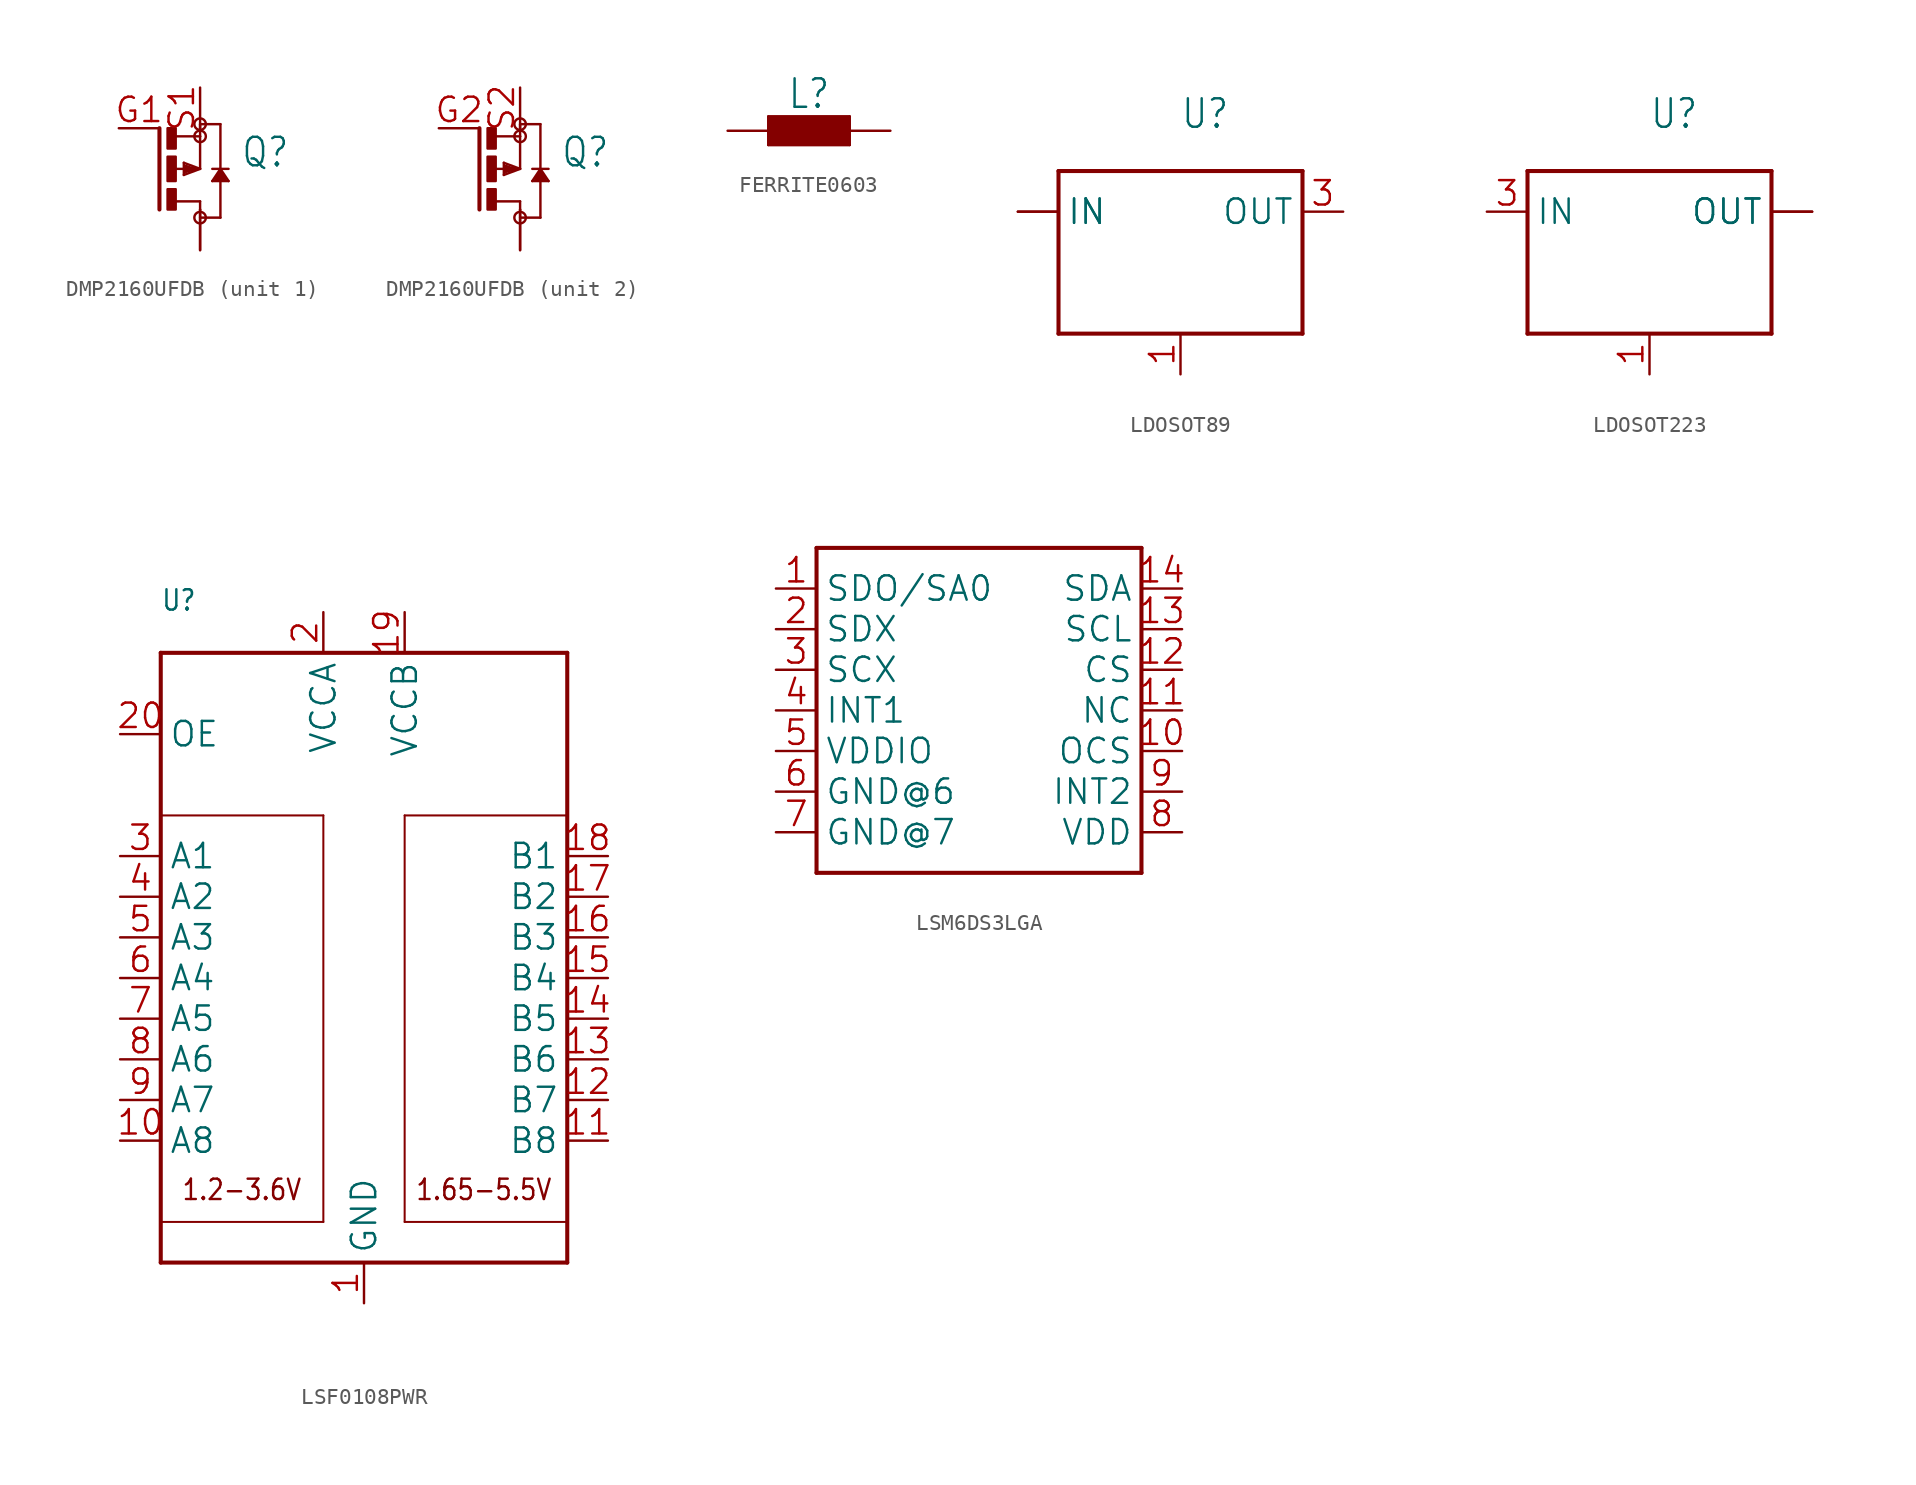
<source format=kicad_sym>
(kicad_symbol_lib
  (version 20241209)
  (generator "kicad_symbol_editor")
  (generator_version "9.0")
  (symbol "DMP2160UFDB"
    (property "Reference" "Q"
      (at 2.54 0 0)
      (effects (font (size 1.778 1.511)) (justify left bottom)))
    (property "Value" ""
      (at 2.54 -2.54 0)
      (effects (font (size 1.778 1.511)) (justify left bottom)))
    (property "ki_locked" ""
      (at 0 0 0)
      (effects (font (size 1.27 1.27))))
    (symbol "DMP2160UFDB_1_0"
      (polyline (pts (xy -2.54 2.54) (xy -2.54 -2.54)) (stroke (width 0.254) (type solid)) (fill (type none)))
      (rectangle (start -2.032 1.27) (end -1.524 2.54) (stroke (width 0) (type default)) (fill (type outline)))
      (rectangle (start -2.032 -0.762) (end -1.524 0.762) (stroke (width 0) (type default)) (fill (type outline)))
      (rectangle (start -2.032 -2.54) (end -1.524 -1.27) (stroke (width 0) (type default)) (fill (type outline)))
      (polyline (pts (xy -1.524 2.032) (xy 0 2.032)) (stroke (width 0.152) (type solid)) (fill (type none)))
      (polyline (pts (xy -1.524 0) (xy -0.508 0)) (stroke (width 0.152) (type solid)) (fill (type none)))
      (polyline (pts (xy -1.524 -2.032) (xy 0 -2.032)) (stroke (width 0.152) (type solid)) (fill (type none)))
      (polyline (pts (xy -1.016 0.381) (xy -1.016 -0.381)) (stroke (width 0.152) (type solid)) (fill (type none)))
      (polyline (pts (xy -1.016 -0.381) (xy 0 0)) (stroke (width 0.152) (type solid)) (fill (type none)))
      (polyline (pts (xy -0.889 0.127) (xy -0.508 0)) (stroke (width 0.254) (type solid)) (fill (type none)))
      (polyline (pts (xy -0.889 -0.127) (xy -0.889 0.127)) (stroke (width 0.254) (type solid)) (fill (type none)))
      (polyline (pts (xy -0.508 0) (xy -0.381 0)) (stroke (width 0.152) (type solid)) (fill (type none)))
      (polyline (pts (xy -0.381 0) (xy -0.889 -0.127)) (stroke (width 0.254) (type solid)) (fill (type none)))
      (polyline (pts (xy -0.381 0) (xy 0 0)) (stroke (width 0.152) (type solid)) (fill (type none)))
      (circle (center 0 2.794) (radius 0.359) (stroke (width 0) (type solid)) (fill (type none)))
      (circle (center 0 2.032) (radius 0.359) (stroke (width 0) (type solid)) (fill (type none)))
      (polyline (pts (xy 0 2.032) (xy 0 2.794)) (stroke (width 0.152) (type solid)) (fill (type none)))
      (polyline (pts (xy 0 0) (xy -1.016 0.381)) (stroke (width 0.152) (type solid)) (fill (type none)))
      (polyline (pts (xy 0 0) (xy 0 2.032)) (stroke (width 0.152) (type solid)) (fill (type none)))
      (polyline (pts (xy 0 -2.032) (xy 0 -2.54)) (stroke (width 0.152) (type solid)) (fill (type none)))
      (polyline (pts (xy 0 -3.048) (xy 1.27 -3.048)) (stroke (width 0.152) (type solid)) (fill (type none)))
      (circle (center 0 -3.048) (radius 0.359) (stroke (width 0) (type solid)) (fill (type none)))
      (polyline (pts (xy 0.762 0) (xy 1.778 0)) (stroke (width 0.152) (type solid)) (fill (type none)))
      (polyline (pts (xy 0.762 -0.762) (xy 1.778 -0.762)) (stroke (width 0.152) (type solid)) (fill (type none)))
      (polyline (pts (xy 1.016 -0.635) (xy 1.524 -0.635)) (stroke (width 0.254) (type solid)) (fill (type none)))
      (polyline (pts (xy 1.27 2.794) (xy 0 2.794)) (stroke (width 0.152) (type solid)) (fill (type none)))
      (polyline (pts (xy 1.27 0) (xy 0.762 -0.762)) (stroke (width 0.152) (type solid)) (fill (type none)))
      (polyline (pts (xy 1.27 0) (xy 1.27 2.794)) (stroke (width 0.152) (type solid)) (fill (type none)))
      (polyline (pts (xy 1.27 -0.254) (xy 1.016 -0.635)) (stroke (width 0.254) (type solid)) (fill (type none)))
      (polyline (pts (xy 1.27 -0.254) (xy 1.27 0)) (stroke (width 0.152) (type solid)) (fill (type none)))
      (polyline (pts (xy 1.27 -3.048) (xy 1.27 -0.254)) (stroke (width 0.152) (type solid)) (fill (type none)))
      (polyline (pts (xy 1.524 -0.635) (xy 1.27 -0.254)) (stroke (width 0.254) (type solid)) (fill (type none)))
      (polyline (pts (xy 1.778 -0.762) (xy 1.27 0)) (stroke (width 0.152) (type solid)) (fill (type none)))
      (pin passive line (at -5.08 2.54 0) (length 2.54) (name "G" (effects (font (size 0 0)))) (number "G1" (effects (font (size 1.524 1.524)))))
      (pin passive line (at 0 5.08 270) (length 2.54) (name "S" (effects (font (size 0 0)))) (number "S1" (effects (font (size 1.524 1.524)))))
      (pin passive line (at 0 -5.08 90) (length 2.54) (name "D" (effects (font (size 0 0)))) (number "D1" (effects (font (size 0 0)))))
      (pin passive line (at 0 -5.08 90) (length 2.54) (name "D" (effects (font (size 0 0)))) (number "D1'" (effects (font (size 0 0))))))
    (symbol "DMP2160UFDB_2_0"
      (polyline (pts (xy -2.54 2.54) (xy -2.54 -2.54)) (stroke (width 0.254) (type solid)) (fill (type none)))
      (rectangle (start -2.032 1.27) (end -1.524 2.54) (stroke (width 0) (type default)) (fill (type outline)))
      (rectangle (start -2.032 -0.762) (end -1.524 0.762) (stroke (width 0) (type default)) (fill (type outline)))
      (rectangle (start -2.032 -2.54) (end -1.524 -1.27) (stroke (width 0) (type default)) (fill (type outline)))
      (polyline (pts (xy -1.524 2.032) (xy 0 2.032)) (stroke (width 0.152) (type solid)) (fill (type none)))
      (polyline (pts (xy -1.524 0) (xy -0.508 0)) (stroke (width 0.152) (type solid)) (fill (type none)))
      (polyline (pts (xy -1.524 -2.032) (xy 0 -2.032)) (stroke (width 0.152) (type solid)) (fill (type none)))
      (polyline (pts (xy -1.016 0.381) (xy -1.016 -0.381)) (stroke (width 0.152) (type solid)) (fill (type none)))
      (polyline (pts (xy -1.016 -0.381) (xy 0 0)) (stroke (width 0.152) (type solid)) (fill (type none)))
      (polyline (pts (xy -0.889 0.127) (xy -0.508 0)) (stroke (width 0.254) (type solid)) (fill (type none)))
      (polyline (pts (xy -0.889 -0.127) (xy -0.889 0.127)) (stroke (width 0.254) (type solid)) (fill (type none)))
      (polyline (pts (xy -0.508 0) (xy -0.381 0)) (stroke (width 0.152) (type solid)) (fill (type none)))
      (polyline (pts (xy -0.381 0) (xy -0.889 -0.127)) (stroke (width 0.254) (type solid)) (fill (type none)))
      (polyline (pts (xy -0.381 0) (xy 0 0)) (stroke (width 0.152) (type solid)) (fill (type none)))
      (circle (center 0 2.794) (radius 0.359) (stroke (width 0) (type solid)) (fill (type none)))
      (circle (center 0 2.032) (radius 0.359) (stroke (width 0) (type solid)) (fill (type none)))
      (polyline (pts (xy 0 2.032) (xy 0 2.794)) (stroke (width 0.152) (type solid)) (fill (type none)))
      (polyline (pts (xy 0 0) (xy -1.016 0.381)) (stroke (width 0.152) (type solid)) (fill (type none)))
      (polyline (pts (xy 0 0) (xy 0 2.032)) (stroke (width 0.152) (type solid)) (fill (type none)))
      (polyline (pts (xy 0 -2.032) (xy 0 -2.54)) (stroke (width 0.152) (type solid)) (fill (type none)))
      (polyline (pts (xy 0 -3.048) (xy 1.27 -3.048)) (stroke (width 0.152) (type solid)) (fill (type none)))
      (circle (center 0 -3.048) (radius 0.359) (stroke (width 0) (type solid)) (fill (type none)))
      (polyline (pts (xy 0.762 0) (xy 1.778 0)) (stroke (width 0.152) (type solid)) (fill (type none)))
      (polyline (pts (xy 0.762 -0.762) (xy 1.778 -0.762)) (stroke (width 0.152) (type solid)) (fill (type none)))
      (polyline (pts (xy 1.016 -0.635) (xy 1.524 -0.635)) (stroke (width 0.254) (type solid)) (fill (type none)))
      (polyline (pts (xy 1.27 2.794) (xy 0 2.794)) (stroke (width 0.152) (type solid)) (fill (type none)))
      (polyline (pts (xy 1.27 0) (xy 0.762 -0.762)) (stroke (width 0.152) (type solid)) (fill (type none)))
      (polyline (pts (xy 1.27 0) (xy 1.27 2.794)) (stroke (width 0.152) (type solid)) (fill (type none)))
      (polyline (pts (xy 1.27 -0.254) (xy 1.016 -0.635)) (stroke (width 0.254) (type solid)) (fill (type none)))
      (polyline (pts (xy 1.27 -0.254) (xy 1.27 0)) (stroke (width 0.152) (type solid)) (fill (type none)))
      (polyline (pts (xy 1.27 -3.048) (xy 1.27 -0.254)) (stroke (width 0.152) (type solid)) (fill (type none)))
      (polyline (pts (xy 1.524 -0.635) (xy 1.27 -0.254)) (stroke (width 0.254) (type solid)) (fill (type none)))
      (polyline (pts (xy 1.778 -0.762) (xy 1.27 0)) (stroke (width 0.152) (type solid)) (fill (type none)))
      (pin passive line (at -5.08 2.54 0) (length 2.54) (name "G" (effects (font (size 0 0)))) (number "G2" (effects (font (size 1.524 1.524)))))
      (pin passive line (at 0 5.08 270) (length 2.54) (name "S" (effects (font (size 0 0)))) (number "S2" (effects (font (size 1.524 1.524)))))
      (pin passive line (at 0 -5.08 90) (length 2.54) (name "D" (effects (font (size 0 0)))) (number "D2" (effects (font (size 0 0)))))
      (pin passive line (at 0 -5.08 90) (length 2.54) (name "D" (effects (font (size 0 0)))) (number "D2'" (effects (font (size 0 0)))))))
  (symbol "FERRITE0603"
    (property "Reference" "L"
      (at 0 1.27 0)
      (effects (font (size 1.778 1.511)) (justify bottom)))
    (property "Value" ""
      (at 0 -1.27 0)
      (effects (font (size 1.778 1.511)) (justify top)))
    (property "ki_locked" ""
      (at 0 0 0)
      (effects (font (size 1.27 1.27))))
    (symbol "FERRITE0603_1_0"
      (polyline (pts (xy -2.54 0.889) (xy 2.54 0.889)) (stroke (width 0.152) (type solid)) (fill (type none)))
      (rectangle (start -2.54 -0.889) (end 2.54 0.889) (stroke (width 0) (type default)) (fill (type outline)))
      (polyline (pts (xy -2.54 -0.889) (xy -2.54 0.889)) (stroke (width 0.152) (type solid)) (fill (type none)))
      (polyline (pts (xy 2.54 0.889) (xy 2.54 -0.889)) (stroke (width 0.152) (type solid)) (fill (type none)))
      (polyline (pts (xy 2.54 -0.889) (xy -2.54 -0.889)) (stroke (width 0.152) (type solid)) (fill (type none)))
      (pin passive line (at -5.08 0 0) (length 2.54) (name "1" (effects (font (size 0 0)))) (number "1" (effects (font (size 0 0)))))
      (pin passive line (at 5.08 0 180) (length 2.54) (name "2" (effects (font (size 0 0)))) (number "2" (effects (font (size 0 0)))))))
  (symbol "LDOSOT89"
    (property "Reference" "U"
      (at 0 7.62 0)
      (effects (font (size 1.778 1.511)) (justify left bottom)))
    (property "Value" ""
      (at 1.27 -7.62 0)
      (effects (font (size 1.778 1.511)) (justify left bottom)))
    (property "ki_locked" ""
      (at 0 0 0)
      (effects (font (size 1.27 1.27))))
    (symbol "LDOSOT89_1_0"
      (polyline (pts (xy -7.62 5.08) (xy 7.62 5.08)) (stroke (width 0.254) (type solid)) (fill (type none)))
      (polyline (pts (xy -7.62 -5.08) (xy -7.62 5.08)) (stroke (width 0.254) (type solid)) (fill (type none)))
      (polyline (pts (xy 7.62 5.08) (xy 7.62 -5.08)) (stroke (width 0.254) (type solid)) (fill (type none)))
      (polyline (pts (xy 7.62 -5.08) (xy -7.62 -5.08)) (stroke (width 0.254) (type solid)) (fill (type none)))
      (pin input line (at -10.16 2.54 0) (length 2.54) (name "IN" (effects (font (size 1.524 1.524)))) (number "2" (effects (font (size 0 0)))))
      (pin input line (at -10.16 2.54 0) (length 2.54) (name "IN" (effects (font (size 1.524 1.524)))) (number "TH" (effects (font (size 0 0)))))
      (pin input line (at 0 -7.62 90) (length 2.54) (name "GND/ADJ" (effects (font (size 0 0)))) (number "1" (effects (font (size 1.524 1.524)))))
      (pin passive line (at 10.16 2.54 180) (length 2.54) (name "OUT" (effects (font (size 1.524 1.524)))) (number "3" (effects (font (size 1.524 1.524)))))))
  (symbol "LDOSOT223"
    (property "Reference" "U"
      (at 0 7.62 0)
      (effects (font (size 1.778 1.511)) (justify left bottom)))
    (property "Value" ""
      (at 1.27 -7.62 0)
      (effects (font (size 1.778 1.511)) (justify left bottom)))
    (property "ki_locked" ""
      (at 0 0 0)
      (effects (font (size 1.27 1.27))))
    (symbol "LDOSOT223_1_0"
      (polyline (pts (xy -7.62 5.08) (xy 7.62 5.08)) (stroke (width 0.254) (type solid)) (fill (type none)))
      (polyline (pts (xy -7.62 -5.08) (xy -7.62 5.08)) (stroke (width 0.254) (type solid)) (fill (type none)))
      (polyline (pts (xy 7.62 5.08) (xy 7.62 -5.08)) (stroke (width 0.254) (type solid)) (fill (type none)))
      (polyline (pts (xy 7.62 -5.08) (xy -7.62 -5.08)) (stroke (width 0.254) (type solid)) (fill (type none)))
      (pin input line (at -10.16 2.54 0) (length 2.54) (name "IN" (effects (font (size 1.524 1.524)))) (number "3" (effects (font (size 1.524 1.524)))))
      (pin input line (at 0 -7.62 90) (length 2.54) (name "GND/ADJ" (effects (font (size 0 0)))) (number "1" (effects (font (size 1.524 1.524)))))
      (pin passive line (at 10.16 2.54 180) (length 2.54) (name "OUT" (effects (font (size 1.524 1.524)))) (number "2" (effects (font (size 0 0)))))
      (pin passive line (at 10.16 2.54 180) (length 2.54) (name "OUT" (effects (font (size 1.524 1.524)))) (number "4" (effects (font (size 0 0)))))))
  (symbol "LSF0108PWR"
    (property "Reference" "U"
      (at -12.7 20.32 0)
      (effects (font (size 1.27 1.079)) (justify left bottom)))
    (property "Value" ""
      (at -12.7 -22.86 0)
      (effects (font (size 1.27 1.079)) (justify left bottom)))
    (property "ki_locked" ""
      (at 0 0 0)
      (effects (font (size 1.27 1.27))))
    (symbol "LSF0108PWR_1_0"
      (polyline (pts (xy -12.7 17.78) (xy 12.7 17.78)) (stroke (width 0.254) (type solid)) (fill (type none)))
      (polyline (pts (xy -12.7 7.62) (xy -2.54 7.62)) (stroke (width 0.127) (type solid)) (fill (type none)))
      (polyline (pts (xy -12.7 -17.78) (xy -2.54 -17.78)) (stroke (width 0.127) (type solid)) (fill (type none)))
      (polyline (pts (xy -12.7 -20.32) (xy -12.7 17.78)) (stroke (width 0.254) (type solid)) (fill (type none)))
      (polyline (pts (xy -2.54 -17.78) (xy -2.54 7.62)) (stroke (width 0.127) (type solid)) (fill (type none)))
      (polyline (pts (xy 2.54 7.62) (xy 2.54 -17.78)) (stroke (width 0.127) (type solid)) (fill (type none)))
      (polyline (pts (xy 2.54 -17.78) (xy 12.7 -17.78)) (stroke (width 0.127) (type solid)) (fill (type none)))
      (polyline (pts (xy 12.7 17.78) (xy 12.7 -20.32)) (stroke (width 0.254) (type solid)) (fill (type none)))
      (polyline (pts (xy 12.7 7.62) (xy 2.54 7.62)) (stroke (width 0.127) (type solid)) (fill (type none)))
      (polyline (pts (xy 12.7 -20.32) (xy -12.7 -20.32)) (stroke (width 0.254) (type solid)) (fill (type none)))
      (text "1.2-3.6V" (at -11.43 -16.51 0) (effects (font (size 1.27 1.079)) (justify left bottom)))
      (text "1.65-5.5V" (at 3.175 -16.51 0) (effects (font (size 1.27 1.079)) (justify left bottom)))
      (pin bidirectional line (at -15.24 12.7 0) (length 2.54) (name "OE" (effects (font (size 1.524 1.524)))) (number "20" (effects (font (size 1.524 1.524)))))
      (pin bidirectional line (at -15.24 5.08 0) (length 2.54) (name "A1" (effects (font (size 1.524 1.524)))) (number "3" (effects (font (size 1.524 1.524)))))
      (pin bidirectional line (at -15.24 2.54 0) (length 2.54) (name "A2" (effects (font (size 1.524 1.524)))) (number "4" (effects (font (size 1.524 1.524)))))
      (pin bidirectional line (at -15.24 0 0) (length 2.54) (name "A3" (effects (font (size 1.524 1.524)))) (number "5" (effects (font (size 1.524 1.524)))))
      (pin bidirectional line (at -15.24 -2.54 0) (length 2.54) (name "A4" (effects (font (size 1.524 1.524)))) (number "6" (effects (font (size 1.524 1.524)))))
      (pin bidirectional line (at -15.24 -5.08 0) (length 2.54) (name "A5" (effects (font (size 1.524 1.524)))) (number "7" (effects (font (size 1.524 1.524)))))
      (pin bidirectional line (at -15.24 -7.62 0) (length 2.54) (name "A6" (effects (font (size 1.524 1.524)))) (number "8" (effects (font (size 1.524 1.524)))))
      (pin bidirectional line (at -15.24 -10.16 0) (length 2.54) (name "A7" (effects (font (size 1.524 1.524)))) (number "9" (effects (font (size 1.524 1.524)))))
      (pin bidirectional line (at -15.24 -12.7 0) (length 2.54) (name "A8" (effects (font (size 1.524 1.524)))) (number "10" (effects (font (size 1.524 1.524)))))
      (pin bidirectional line (at -2.54 20.32 270) (length 2.54) (name "VCCA" (effects (font (size 1.524 1.524)))) (number "2" (effects (font (size 1.524 1.524)))))
      (pin bidirectional line (at 0 -22.86 90) (length 2.54) (name "GND" (effects (font (size 1.524 1.524)))) (number "1" (effects (font (size 1.524 1.524)))))
      (pin bidirectional line (at 2.54 20.32 270) (length 2.54) (name "VCCB" (effects (font (size 1.524 1.524)))) (number "19" (effects (font (size 1.524 1.524)))))
      (pin bidirectional line (at 15.24 5.08 180) (length 2.54) (name "B1" (effects (font (size 1.524 1.524)))) (number "18" (effects (font (size 1.524 1.524)))))
      (pin bidirectional line (at 15.24 2.54 180) (length 2.54) (name "B2" (effects (font (size 1.524 1.524)))) (number "17" (effects (font (size 1.524 1.524)))))
      (pin bidirectional line (at 15.24 0 180) (length 2.54) (name "B3" (effects (font (size 1.524 1.524)))) (number "16" (effects (font (size 1.524 1.524)))))
      (pin bidirectional line (at 15.24 -2.54 180) (length 2.54) (name "B4" (effects (font (size 1.524 1.524)))) (number "15" (effects (font (size 1.524 1.524)))))
      (pin bidirectional line (at 15.24 -5.08 180) (length 2.54) (name "B5" (effects (font (size 1.524 1.524)))) (number "14" (effects (font (size 1.524 1.524)))))
      (pin bidirectional line (at 15.24 -7.62 180) (length 2.54) (name "B6" (effects (font (size 1.524 1.524)))) (number "13" (effects (font (size 1.524 1.524)))))
      (pin bidirectional line (at 15.24 -10.16 180) (length 2.54) (name "B7" (effects (font (size 1.524 1.524)))) (number "12" (effects (font (size 1.524 1.524)))))
      (pin bidirectional line (at 15.24 -12.7 180) (length 2.54) (name "B8" (effects (font (size 1.524 1.524)))) (number "11" (effects (font (size 1.524 1.524)))))))
  (symbol "LSM6DS3LGA"
    (property "Reference" "U"
      (at -10.16 10.668 0)
      (effects (font (size 1.778 1.778)) (justify left bottom) (hide yes)))
    (property "ki_locked" ""
      (at 0 0 0)
      (effects (font (size 1.27 1.27))))
    (symbol "LSM6DS3LGA_1_0"
      (polyline (pts (xy -10.16 10.16) (xy -10.16 -10.16)) (stroke (width 0.254) (type solid)) (fill (type none)))
      (polyline (pts (xy -10.16 -10.16) (xy 10.16 -10.16)) (stroke (width 0.254) (type solid)) (fill (type none)))
      (polyline (pts (xy 10.16 10.16) (xy -10.16 10.16)) (stroke (width 0.254) (type solid)) (fill (type none)))
      (polyline (pts (xy 10.16 -10.16) (xy 10.16 10.16)) (stroke (width 0.254) (type solid)) (fill (type none)))
      (pin bidirectional line (at -12.7 7.62 0) (length 2.54) (name "SDO/SA0" (effects (font (size 1.524 1.524)))) (number "1" (effects (font (size 1.524 1.524)))))
      (pin bidirectional line (at -12.7 5.08 0) (length 2.54) (name "SDX" (effects (font (size 1.524 1.524)))) (number "2" (effects (font (size 1.524 1.524)))))
      (pin bidirectional line (at -12.7 2.54 0) (length 2.54) (name "SCX" (effects (font (size 1.524 1.524)))) (number "3" (effects (font (size 1.524 1.524)))))
      (pin bidirectional line (at -12.7 0 0) (length 2.54) (name "INT1" (effects (font (size 1.524 1.524)))) (number "4" (effects (font (size 1.524 1.524)))))
      (pin bidirectional line (at -12.7 -2.54 0) (length 2.54) (name "VDDIO" (effects (font (size 1.524 1.524)))) (number "5" (effects (font (size 1.524 1.524)))))
      (pin bidirectional line (at -12.7 -5.08 0) (length 2.54) (name "GND@6" (effects (font (size 1.524 1.524)))) (number "6" (effects (font (size 1.524 1.524)))))
      (pin bidirectional line (at -12.7 -7.62 0) (length 2.54) (name "GND@7" (effects (font (size 1.524 1.524)))) (number "7" (effects (font (size 1.524 1.524)))))
      (pin bidirectional line (at 12.7 7.62 180) (length 2.54) (name "SDA" (effects (font (size 1.524 1.524)))) (number "14" (effects (font (size 1.524 1.524)))))
      (pin bidirectional line (at 12.7 5.08 180) (length 2.54) (name "SCL" (effects (font (size 1.524 1.524)))) (number "13" (effects (font (size 1.524 1.524)))))
      (pin bidirectional line (at 12.7 2.54 180) (length 2.54) (name "CS" (effects (font (size 1.524 1.524)))) (number "12" (effects (font (size 1.524 1.524)))))
      (pin bidirectional line (at 12.7 0 180) (length 2.54) (name "NC" (effects (font (size 1.524 1.524)))) (number "11" (effects (font (size 1.524 1.524)))))
      (pin bidirectional line (at 12.7 -2.54 180) (length 2.54) (name "OCS" (effects (font (size 1.524 1.524)))) (number "10" (effects (font (size 1.524 1.524)))))
      (pin bidirectional line (at 12.7 -5.08 180) (length 2.54) (name "INT2" (effects (font (size 1.524 1.524)))) (number "9" (effects (font (size 1.524 1.524)))))
      (pin bidirectional line (at 12.7 -7.62 180) (length 2.54) (name "VDD" (effects (font (size 1.524 1.524)))) (number "8" (effects (font (size 1.524 1.524))))))))
</source>
